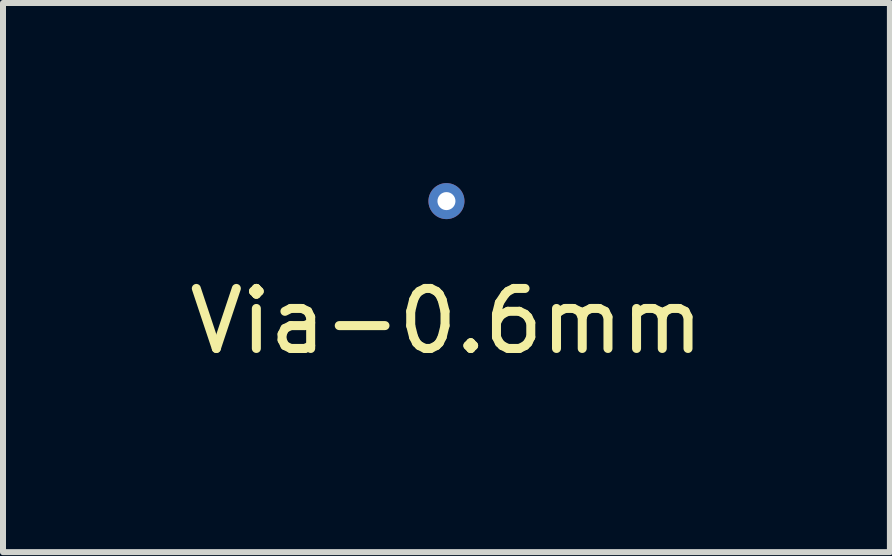
<source format=kicad_pcb>
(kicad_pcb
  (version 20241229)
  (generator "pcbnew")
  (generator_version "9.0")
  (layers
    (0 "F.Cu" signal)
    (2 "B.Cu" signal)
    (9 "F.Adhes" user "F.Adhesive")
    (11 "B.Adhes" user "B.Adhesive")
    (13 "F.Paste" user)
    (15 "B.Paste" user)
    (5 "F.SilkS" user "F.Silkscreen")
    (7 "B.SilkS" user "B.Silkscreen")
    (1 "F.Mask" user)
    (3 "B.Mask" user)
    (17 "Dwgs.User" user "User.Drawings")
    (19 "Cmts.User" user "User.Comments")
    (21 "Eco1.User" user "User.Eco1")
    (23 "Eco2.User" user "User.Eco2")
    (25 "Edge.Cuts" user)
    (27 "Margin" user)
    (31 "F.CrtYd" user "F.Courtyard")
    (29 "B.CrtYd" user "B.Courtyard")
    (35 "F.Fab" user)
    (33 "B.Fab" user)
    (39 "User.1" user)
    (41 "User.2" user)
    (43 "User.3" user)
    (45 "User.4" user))
  (footprint "Via-0.6mm"
    (layer "F.Cu")
    (at 4.387 0.3)
    (property "Reference" "Via-0.6mm" (at 0 2 0) (layer "F.SilkS") (effects (font (size 1 1) (thickness 0.15))))
    (attr through_hole)
    (pad "1" thru_hole circle (at 0 0) (size 0.6 0.6) (drill 0.3) (layers "*.Cu")))
  (gr_rect
    (start -3 -3)
    (end 11.774 6.148)
    (stroke (width 0.1) (type default))
    (fill no)
    (layer "Edge.Cuts")))
</source>
